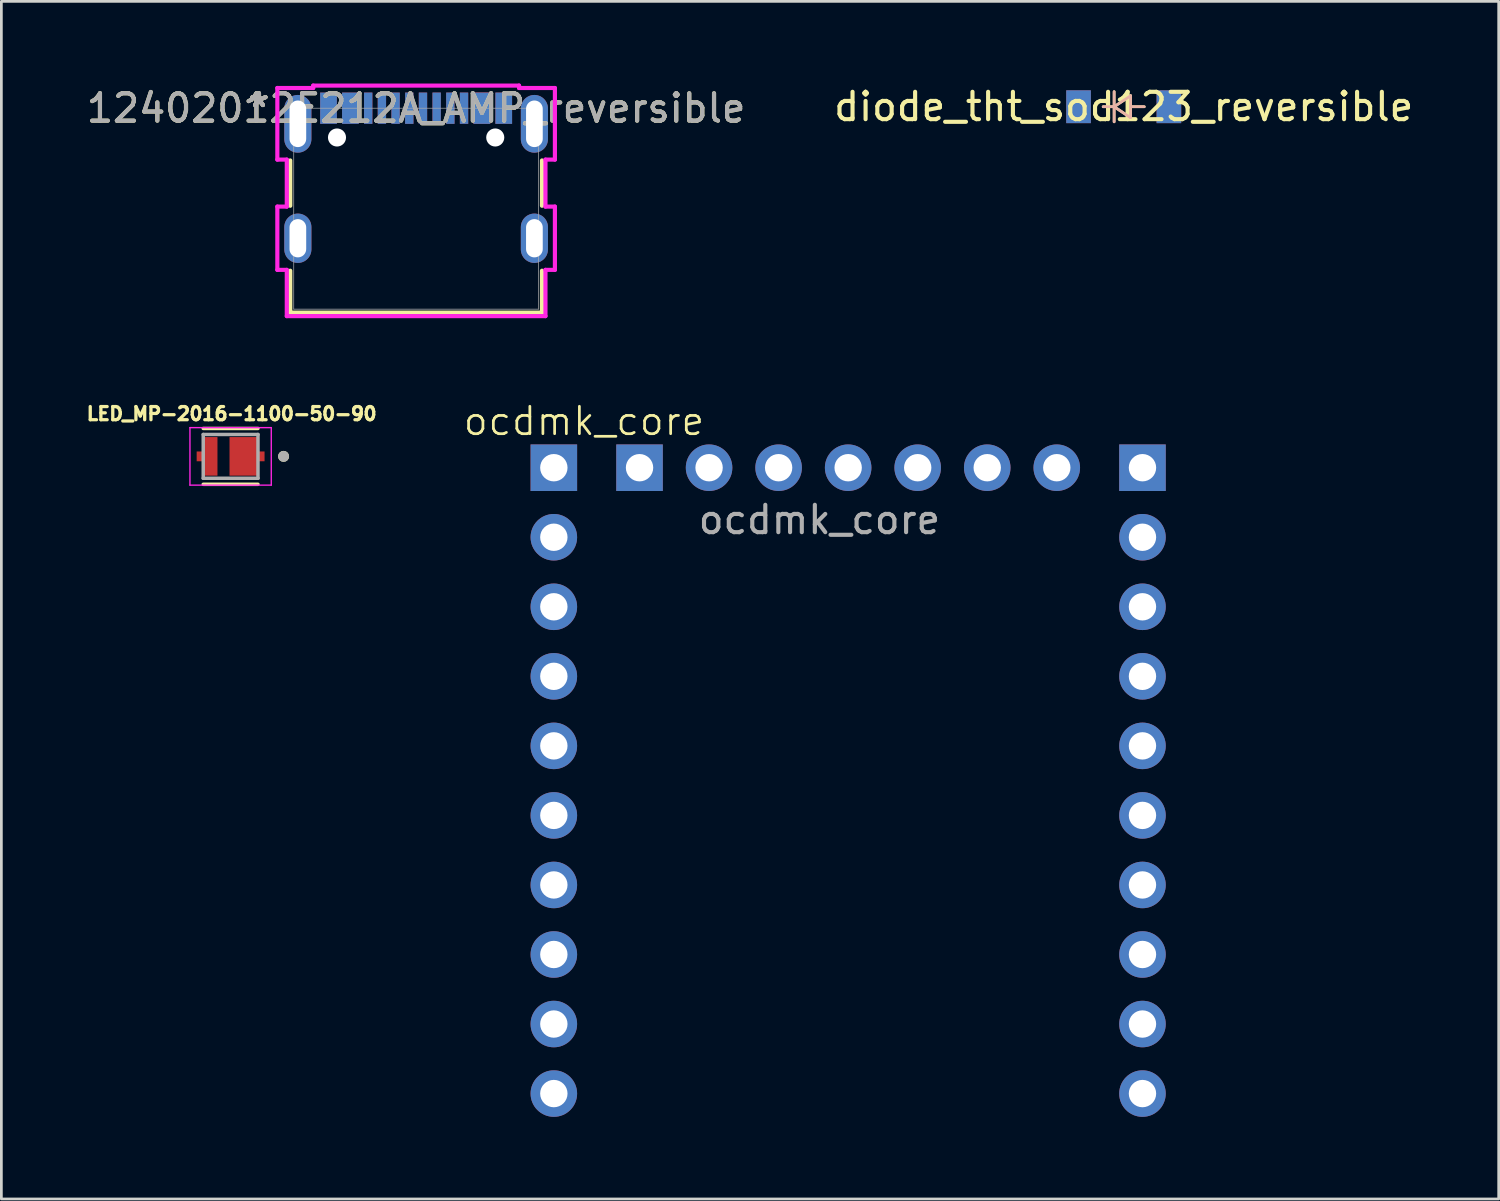
<source format=kicad_pcb>
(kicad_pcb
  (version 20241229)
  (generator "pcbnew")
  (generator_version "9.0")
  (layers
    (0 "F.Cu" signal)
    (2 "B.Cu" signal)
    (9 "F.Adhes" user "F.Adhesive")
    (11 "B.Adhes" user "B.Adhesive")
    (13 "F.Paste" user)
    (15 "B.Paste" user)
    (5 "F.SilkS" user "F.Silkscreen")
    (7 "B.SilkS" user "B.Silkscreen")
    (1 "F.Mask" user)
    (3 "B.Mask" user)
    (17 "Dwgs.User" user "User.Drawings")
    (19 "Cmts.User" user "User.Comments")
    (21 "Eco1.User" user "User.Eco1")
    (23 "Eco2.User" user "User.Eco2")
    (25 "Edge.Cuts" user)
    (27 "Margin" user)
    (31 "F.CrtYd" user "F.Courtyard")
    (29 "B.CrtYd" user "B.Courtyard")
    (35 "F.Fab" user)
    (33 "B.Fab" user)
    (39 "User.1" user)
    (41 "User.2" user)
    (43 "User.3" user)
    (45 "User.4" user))
  (footprint "diode_tht_sod123_reversible"
    (layer "F.Cu")
    (at 37.994 0.848)
    (property "Reference" "diode_tht_sod123_reversible" (at 0 0 180) (layer "F.SilkS") (effects (font (size 1 1) (thickness 0.15))))
    (attr through_hole)
    (fp_line (start -0.75 0) (end -0.35 -0.000001) (stroke (width 0.1) (type solid)) (layer "F.SilkS"))
    (fp_line (start -0.35 -0.000001) (end -0.35 -0.55) (stroke (width 0.1) (type solid)) (layer "F.SilkS"))
    (fp_line (start -0.35 -0.000001) (end -0.35 0.55) (stroke (width 0.1) (type solid)) (layer "F.SilkS"))
    (fp_line (start -0.35 -0.000001) (end 0.25 -0.4) (stroke (width 0.1) (type solid)) (layer "F.SilkS"))
    (fp_line (start 0.25 -0.4) (end 0.25 0.4) (stroke (width 0.1) (type solid)) (layer "F.SilkS"))
    (fp_line (start 0.25 0) (end 0.75 0) (stroke (width 0.1) (type solid)) (layer "F.SilkS"))
    (fp_line (start 0.25 0.4) (end -0.35 -0.000001) (stroke (width 0.1) (type solid)) (layer "F.SilkS"))
    (fp_line (start -0.75 0) (end -0.35 -0.000001) (stroke (width 0.1) (type solid)) (layer "B.SilkS"))
    (fp_line (start -0.35 -0.000001) (end -0.35 -0.55) (stroke (width 0.1) (type solid)) (layer "B.SilkS"))
    (fp_line (start -0.35 -0.000001) (end -0.35 0.55) (stroke (width 0.1) (type solid)) (layer "B.SilkS"))
    (fp_line (start -0.35 -0.000001) (end 0.25 -0.4) (stroke (width 0.1) (type solid)) (layer "B.SilkS"))
    (fp_line (start 0.25 -0.4) (end 0.25 0.4) (stroke (width 0.1) (type solid)) (layer "B.SilkS"))
    (fp_line (start 0.25 0) (end 0.75 0) (stroke (width 0.1) (type solid)) (layer "B.SilkS"))
    (fp_line (start 0.25 0.4) (end -0.35 -0.000001) (stroke (width 0.1) (type solid)) (layer "B.SilkS"))
    (pad "1" smd rect (at -1.65 0) (size 0.9 1.2) (layers "F.Cu" "F.Mask" "F.Paste"))
    (pad "1" smd rect (at -1.65 0) (size 0.9 1.2) (layers "B.Cu" "B.Mask" "B.Paste"))
    (pad "2" smd rect (at 1.65 0) (size 0.9 1.2) (layers "F.Cu" "F.Mask" "F.Paste"))
    (pad "2" smd rect (at 1.65 0) (size 0.9 1.2) (layers "B.Cu" "B.Mask" "B.Paste")))
  (footprint "ocdmk_core"
    (layer "F.Cu")
    (at 17.179 14.033)
    (property "Reference" "ocdmk_core" (at 1.1 -1.7 0) (unlocked yes) (layer "F.SilkS") (effects (font (size 1 1) (thickness 0.1))))
    (attr exclude_from_pos_files allow_soldermask_bridges)
    (fp_text user "${REFERENCE}" (at 9.7 1.9 0) (unlocked yes) (layer "F.Fab") (effects (font (size 1 1) (thickness 0.15))))
    (pad "1" thru_hole rect (at 0 0 180) (size 1.7 1.7) (drill 1) (layers "*.Cu" "*.Mask"))
    (pad "2" thru_hole circle (at 0 2.54 180) (size 1.7 1.7) (drill 1) (layers "*.Cu" "*.Mask"))
    (pad "3" thru_hole circle (at 0 5.08 180) (size 1.7 1.7) (drill 1) (layers "*.Cu" "*.Mask"))
    (pad "4" thru_hole circle (at 0 7.62 180) (size 1.7 1.7) (drill 1) (layers "*.Cu" "*.Mask"))
    (pad "5" thru_hole circle (at 0 10.16 180) (size 1.7 1.7) (drill 1) (layers "*.Cu" "*.Mask"))
    (pad "6" thru_hole circle (at 0 12.7 180) (size 1.7 1.7) (drill 1) (layers "*.Cu" "*.Mask"))
    (pad "7" thru_hole circle (at 0 15.24 180) (size 1.7 1.7) (drill 1) (layers "*.Cu" "*.Mask"))
    (pad "8" thru_hole circle (at 0 17.78 180) (size 1.7 1.7) (drill 1) (layers "*.Cu" "*.Mask"))
    (pad "9" thru_hole circle (at 0 20.32 180) (size 1.7 1.7) (drill 1) (layers "*.Cu" "*.Mask"))
    (pad "10" thru_hole circle (at 0 22.86 180) (size 1.7 1.7) (drill 1) (layers "*.Cu" "*.Mask"))
    (pad "11" thru_hole rect (at 21.5 0 180) (size 1.7 1.7) (drill 1) (layers "*.Cu" "*.Mask"))
    (pad "12" thru_hole circle (at 21.5 2.54 180) (size 1.7 1.7) (drill 1) (layers "*.Cu" "*.Mask"))
    (pad "13" thru_hole circle (at 21.5 5.08 180) (size 1.7 1.7) (drill 1) (layers "*.Cu" "*.Mask"))
    (pad "14" thru_hole circle (at 21.5 7.62 180) (size 1.7 1.7) (drill 1) (layers "*.Cu" "*.Mask"))
    (pad "15" thru_hole circle (at 21.5 10.16 180) (size 1.7 1.7) (drill 1) (layers "*.Cu" "*.Mask"))
    (pad "16" thru_hole circle (at 21.5 12.7 180) (size 1.7 1.7) (drill 1) (layers "*.Cu" "*.Mask"))
    (pad "17" thru_hole circle (at 21.5 15.24 180) (size 1.7 1.7) (drill 1) (layers "*.Cu" "*.Mask"))
    (pad "18" thru_hole circle (at 21.5 17.78 180) (size 1.7 1.7) (drill 1) (layers "*.Cu" "*.Mask"))
    (pad "19" thru_hole circle (at 21.5 20.32 180) (size 1.7 1.7) (drill 1) (layers "*.Cu" "*.Mask"))
    (pad "20" thru_hole circle (at 21.5 22.86 180) (size 1.7 1.7) (drill 1) (layers "*.Cu" "*.Mask"))
    (pad "21" thru_hole rect (at 3.13 0 90) (size 1.7 1.7) (drill 1) (layers "*.Cu" "*.Mask"))
    (pad "22" thru_hole circle (at 5.67 0 90) (size 1.7 1.7) (drill 1) (layers "*.Cu" "*.Mask"))
    (pad "23" thru_hole circle (at 8.21 0 90) (size 1.7 1.7) (drill 1) (layers "*.Cu" "*.Mask"))
    (pad "24" thru_hole circle (at 10.75 0 90) (size 1.7 1.7) (drill 1) (layers "*.Cu" "*.Mask"))
    (pad "25" thru_hole circle (at 13.29 0 90) (size 1.7 1.7) (drill 1) (layers "*.Cu" "*.Mask"))
    (pad "26" thru_hole circle (at 15.83 0 90) (size 1.7 1.7) (drill 1) (layers "*.Cu" "*.Mask"))
    (pad "27" thru_hole circle (at 18.37 0 90) (size 1.7 1.7) (drill 1) (layers "*.Cu" "*.Mask")))
  (footprint "LED_MP-2016-1100-50-90"
    (layer "F.Cu")
    (at 5.373 13.619)
    (property "Reference" "LED_MP-2016-1100-50-90" (at 0.039 -1.555 0) (layer "F.SilkS") (effects (font (size 0.48 0.48) (thickness 0.15))))
    (attr smd)
    (fp_poly (pts (xy -1.085 0.275) (xy -1.335 0.275) (xy -1.335 -0.275) (xy -1.085 -0.275) (xy -1.085 -0.8) (xy -0.385 -0.8) (xy -0.385 0.8) (xy -1.085 0.8)) (stroke (width 0.01) (type solid)) (fill yes) (layer "F.Mask"))
    (fp_poly (pts (xy -0.135 -0.8) (xy -0.135 0.8) (xy 1.085 0.8) (xy 1.085 0.275) (xy 1.335 0.275) (xy 1.335 -0.275) (xy 1.085 -0.275) (xy 1.085 -0.8)) (stroke (width 0.01) (type solid)) (fill yes) (layer "F.Mask"))
    (fp_line (start -1 -1.02) (end 1 -1.02) (stroke (width 0.127) (type solid)) (layer "F.SilkS"))
    (fp_line (start 1 1.02) (end -1 1.02) (stroke (width 0.127) (type solid)) (layer "F.SilkS"))
    (fp_circle (center 1.935 0) (end 2.035 0) (stroke (width 0.2) (type solid)) (fill no) (layer "F.SilkS"))
    (fp_poly (pts (xy -0.985 -0.5) (xy -0.485 -0.5) (xy -0.485 0.5) (xy -0.985 0.5)) (stroke (width 0.01) (type solid)) (fill yes) (layer "F.Paste"))
    (fp_poly (pts (xy -0.035 -0.5) (xy 0.965 -0.5) (xy 0.965 0.5) (xy -0.035 0.5)) (stroke (width 0.01) (type solid)) (fill yes) (layer "F.Paste"))
    (fp_line (start -1.485 -1.05) (end -1.485 1.05) (stroke (width 0.05) (type solid)) (layer "F.CrtYd"))
    (fp_line (start -1.485 1.05) (end 1.485 1.05) (stroke (width 0.05) (type solid)) (layer "F.CrtYd"))
    (fp_line (start 1.485 -1.05) (end -1.485 -1.05) (stroke (width 0.05) (type solid)) (layer "F.CrtYd"))
    (fp_line (start 1.485 1.05) (end 1.485 -1.05) (stroke (width 0.05) (type solid)) (layer "F.CrtYd"))
    (fp_line (start -1 -0.8) (end 1 -0.8) (stroke (width 0.127) (type solid)) (layer "F.Fab"))
    (fp_line (start -1 0.8) (end -1 -0.8) (stroke (width 0.127) (type solid)) (layer "F.Fab"))
    (fp_line (start 1 -0.8) (end 1 0.8) (stroke (width 0.127) (type solid)) (layer "F.Fab"))
    (fp_line (start 1 0.8) (end -1 0.8) (stroke (width 0.127) (type solid)) (layer "F.Fab"))
    (fp_circle (center 1.935 0) (end 2.035 0) (stroke (width 0.2) (type solid)) (fill no) (layer "F.Fab"))
    (pad "1" smd custom (at 0.6 0) (size 0.1 0.1) (layers "F.Cu") (options (anchor rect)) (primitives (gr_poly (pts (xy -0.635 -0.7) (xy -0.635 0.7) (xy 0.385 0.7) (xy 0.385 0.175) (xy 0.635 0.175) (xy 0.635 -0.175) (xy 0.385 -0.175) (xy 0.385 -0.7)) (width 0.01) (fill yes))))
    (pad "2" smd custom (at -0.86 0) (size 0.1 0.1) (layers "F.Cu") (options (anchor rect)) (primitives (gr_poly (pts (xy -0.125 0.175) (xy -0.375 0.175) (xy -0.375 -0.175) (xy -0.125 -0.175) (xy -0.125 -0.7) (xy 0.375 -0.7) (xy 0.375 0.7) (xy -0.125 0.7)) (width 0.01) (fill yes)))))
  (footprint "12402012E212A_AMP_reversible"
    (layer "F.Cu")
    (at 12.149 4.572)
    (property "Reference" "12402012E212A_AMP_reversible" (at 0 -3.67 0) (unlocked yes) (layer "F.SilkS") (effects (font (size 1 1) (thickness 0.15))))
    (attr smd)
    (fp_line (start -4.597 -1.761) (end -4.597 -0.107) (stroke (width 0.152) (type solid)) (layer "F.SilkS"))
    (fp_line (start -4.597 2.266) (end -4.597 3.797) (stroke (width 0.152) (type solid)) (layer "F.SilkS"))
    (fp_line (start -4.597 3.797) (end 4.597 3.797) (stroke (width 0.152) (type solid)) (layer "F.SilkS"))
    (fp_line (start 4.597 -0.107) (end 4.597 -1.761) (stroke (width 0.152) (type solid)) (layer "F.SilkS"))
    (fp_line (start 4.597 3.797) (end 4.597 2.266) (stroke (width 0.152) (type solid)) (layer "F.SilkS"))
    (fp_line (start -5.069 -4.408) (end -5.069 -1.792) (stroke (width 0.152) (type solid)) (layer "F.CrtYd"))
    (fp_line (start -5.069 -1.792) (end -4.724 -1.792) (stroke (width 0.152) (type solid)) (layer "F.CrtYd"))
    (fp_line (start -5.069 -0.076) (end -5.069 2.235) (stroke (width 0.152) (type solid)) (layer "F.CrtYd"))
    (fp_line (start -5.069 2.235) (end -4.724 2.235) (stroke (width 0.152) (type solid)) (layer "F.CrtYd"))
    (fp_line (start -4.724 -1.792) (end -4.724 -0.076) (stroke (width 0.152) (type solid)) (layer "F.CrtYd"))
    (fp_line (start -4.724 -0.076) (end -5.069 -0.076) (stroke (width 0.152) (type solid)) (layer "F.CrtYd"))
    (fp_line (start -4.724 2.235) (end -4.724 3.924) (stroke (width 0.152) (type solid)) (layer "F.CrtYd"))
    (fp_line (start -4.724 3.924) (end 4.724 3.924) (stroke (width 0.152) (type solid)) (layer "F.CrtYd"))
    (fp_line (start -3.759 -4.496) (end -3.759 -4.408) (stroke (width 0.152) (type solid)) (layer "F.CrtYd"))
    (fp_line (start -3.759 -4.408) (end -5.069 -4.408) (stroke (width 0.152) (type solid)) (layer "F.CrtYd"))
    (fp_line (start 3.759 -4.496) (end -3.759 -4.496) (stroke (width 0.152) (type solid)) (layer "F.CrtYd"))
    (fp_line (start 3.759 -4.408) (end 3.759 -4.496) (stroke (width 0.152) (type solid)) (layer "F.CrtYd"))
    (fp_line (start 4.724 -1.792) (end 5.069 -1.792) (stroke (width 0.152) (type solid)) (layer "F.CrtYd"))
    (fp_line (start 4.724 -0.076) (end 4.724 -1.792) (stroke (width 0.152) (type solid)) (layer "F.CrtYd"))
    (fp_line (start 4.724 2.235) (end 5.069 2.235) (stroke (width 0.152) (type solid)) (layer "F.CrtYd"))
    (fp_line (start 4.724 3.924) (end 4.724 2.235) (stroke (width 0.152) (type solid)) (layer "F.CrtYd"))
    (fp_line (start 5.069 -4.408) (end 3.759 -4.408) (stroke (width 0.152) (type solid)) (layer "F.CrtYd"))
    (fp_line (start 5.069 -1.792) (end 5.069 -4.408) (stroke (width 0.152) (type solid)) (layer "F.CrtYd"))
    (fp_line (start 5.069 -0.076) (end 4.724 -0.076) (stroke (width 0.152) (type solid)) (layer "F.CrtYd"))
    (fp_line (start 5.069 2.235) (end 5.069 -0.076) (stroke (width 0.152) (type solid)) (layer "F.CrtYd"))
    (fp_line (start -4.47 -3.67) (end -4.47 3.67) (stroke (width 0.025) (type solid)) (layer "F.Fab"))
    (fp_line (start -4.47 3.67) (end 4.47 3.67) (stroke (width 0.025) (type solid)) (layer "F.Fab"))
    (fp_line (start 0 -3.67) (end 0 -3.67) (stroke (width 0.025) (type solid)) (layer "F.Fab"))
    (fp_line (start 0 -3.67) (end 0 -3.67) (stroke (width 0.025) (type solid)) (layer "F.Fab"))
    (fp_line (start 0 -3.67) (end 0 -3.67) (stroke (width 0.025) (type solid)) (layer "F.Fab"))
    (fp_line (start 0 -3.67) (end 0 -3.67) (stroke (width 0.025) (type solid)) (layer "F.Fab"))
    (fp_line (start 4.47 -3.67) (end -4.47 -3.67) (stroke (width 0.025) (type solid)) (layer "F.Fab"))
    (fp_line (start 4.47 3.67) (end 4.47 -3.67) (stroke (width 0.025) (type solid)) (layer "F.Fab"))
    (fp_text user "*" (at -5.74 -3.67 0) (layer "F.SilkS") (effects (font (size 1 1) (thickness 0.15))))
    (fp_text user "*" (at -5.74 -3.67 0) (unlocked yes) (layer "F.SilkS") (effects (font (size 1 1) (thickness 0.15))))
    (fp_text user "${REFERENCE}" (at 0 -3.67 0) (unlocked yes) (layer "F.Fab") (effects (font (size 1 1) (thickness 0.15))))
    (fp_text user "*" (at -5.74 -3.67 0) (layer "F.Fab") (effects (font (size 1 1) (thickness 0.15))))
    (fp_text user "*" (at -5.74 -3.67 0) (unlocked yes) (layer "F.Fab") (effects (font (size 1 1) (thickness 0.15))))
    (pad "" np_thru_hole oval (at -4.32 -3.1) (size 0.991 2.108) (drill oval 0.61 1.702) (layers "*.Cu" "*.Mask"))
    (pad "" np_thru_hole oval (at -4.32 1.08) (size 0.991 1.803) (drill oval 0.61 1.397) (layers "*.Cu" "*.Mask"))
    (pad "" np_thru_hole circle (at -2.89 -2.6) (size 0.66 0.66) (drill 0.66) (layers "*.Cu" "*.Mask"))
    (pad "" np_thru_hole circle (at 2.89 -2.6) (size 0.66 0.66) (drill 0.66) (layers "*.Cu" "*.Mask"))
    (pad "" np_thru_hole oval (at 4.32 -3.1) (size 0.991 2.108) (drill oval 0.61 1.702) (layers "*.Cu" "*.Mask"))
    (pad "" np_thru_hole oval (at 4.32 1.08) (size 0.991 1.803) (drill oval 0.61 1.397) (layers "*.Cu" "*.Mask"))
    (pad "A1" smd rect (at -3.2 -3.67) (size 0.61 1.143) (layers "F.Cu" "F.Mask" "F.Paste"))
    (pad "A1" smd rect (at -3.2 -3.67) (size 0.61 1.143) (layers "B.Cu" "B.Mask" "B.Paste"))
    (pad "A4" smd rect (at -2.4 -3.67) (size 0.61 1.143) (layers "F.Cu" "F.Mask" "F.Paste"))
    (pad "A4" smd rect (at -2.4 -3.67) (size 0.61 1.143) (layers "B.Cu" "B.Mask" "B.Paste"))
    (pad "A4" smd rect (at 2.4 -3.67) (size 0.61 1.143) (layers "F.Cu" "F.Mask" "F.Paste"))
    (pad "A4" smd rect (at 2.4 -3.67) (size 0.61 1.143) (layers "F.Cu" "F.Mask" "F.Paste"))
    (pad "A4" smd rect (at 2.4 -3.67) (size 0.61 1.143) (layers "B.Cu" "B.Mask" "B.Paste"))
    (pad "A5" smd rect (at -1.25 -3.67) (size 0.305 1.143) (layers "F.Cu" "F.Mask" "F.Paste"))
    (pad "A5" smd rect (at -1.25 -3.67) (size 0.305 1.143) (layers "B.Cu" "B.Mask" "B.Paste"))
    (pad "A6" smd rect (at -0.25 -3.67) (size 0.305 1.143) (layers "F.Cu" "F.Mask" "F.Paste"))
    (pad "A6" smd rect (at -0.25 -3.67) (size 0.305 1.143) (layers "B.Cu" "B.Mask" "B.Paste"))
    (pad "A7" smd rect (at 0.25 -3.67) (size 0.305 1.143) (layers "F.Cu" "F.Mask" "F.Paste"))
    (pad "A7" smd rect (at 0.25 -3.67) (size 0.305 1.143) (layers "B.Cu" "B.Mask" "B.Paste"))
    (pad "A8" smd rect (at 1.25 -3.67) (size 0.305 1.143) (layers "F.Cu" "F.Mask" "F.Paste"))
    (pad "A8" smd rect (at 1.25 -3.67) (size 0.305 1.143) (layers "B.Cu" "B.Mask" "B.Paste"))
    (pad "B1" smd rect (at 3.2 -3.67) (size 0.61 1.143) (layers "F.Cu" "F.Mask" "F.Paste"))
    (pad "B1" smd rect (at 3.2 -3.67) (size 0.61 1.143) (layers "B.Cu" "B.Mask" "B.Paste"))
    (pad "B5" smd rect (at 1.75 -3.67) (size 0.305 1.143) (layers "F.Cu" "F.Mask" "F.Paste"))
    (pad "B5" smd rect (at 1.75 -3.67) (size 0.305 1.143) (layers "B.Cu" "B.Mask" "B.Paste"))
    (pad "B6" smd rect (at 0.75 -3.67) (size 0.305 1.143) (layers "B.Cu" "B.Mask" "B.Paste"))
    (pad "B6" smd rect (at 0.75 -3.67) (size 0.305 1.143) (layers "F.Cu" "F.Mask" "F.Paste"))
    (pad "B7" smd rect (at -0.75 -3.67) (size 0.305 1.143) (layers "F.Cu" "F.Mask" "F.Paste"))
    (pad "B7" smd rect (at -0.75 -3.67) (size 0.305 1.143) (layers "B.Cu" "B.Mask" "B.Paste"))
    (pad "B8" smd rect (at -1.75 -3.67) (size 0.305 1.143) (layers "B.Cu" "B.Mask" "B.Paste"))
    (pad "B8" smd rect (at -1.75 -3.67) (size 0.305 1.143) (layers "F.Cu" "F.Mask" "F.Paste")))
  (gr_rect
    (start -3 -3)
    (end 51.69 40.743)
    (stroke (width 0.1) (type default))
    (fill no)
    (layer "Edge.Cuts")))
</source>
